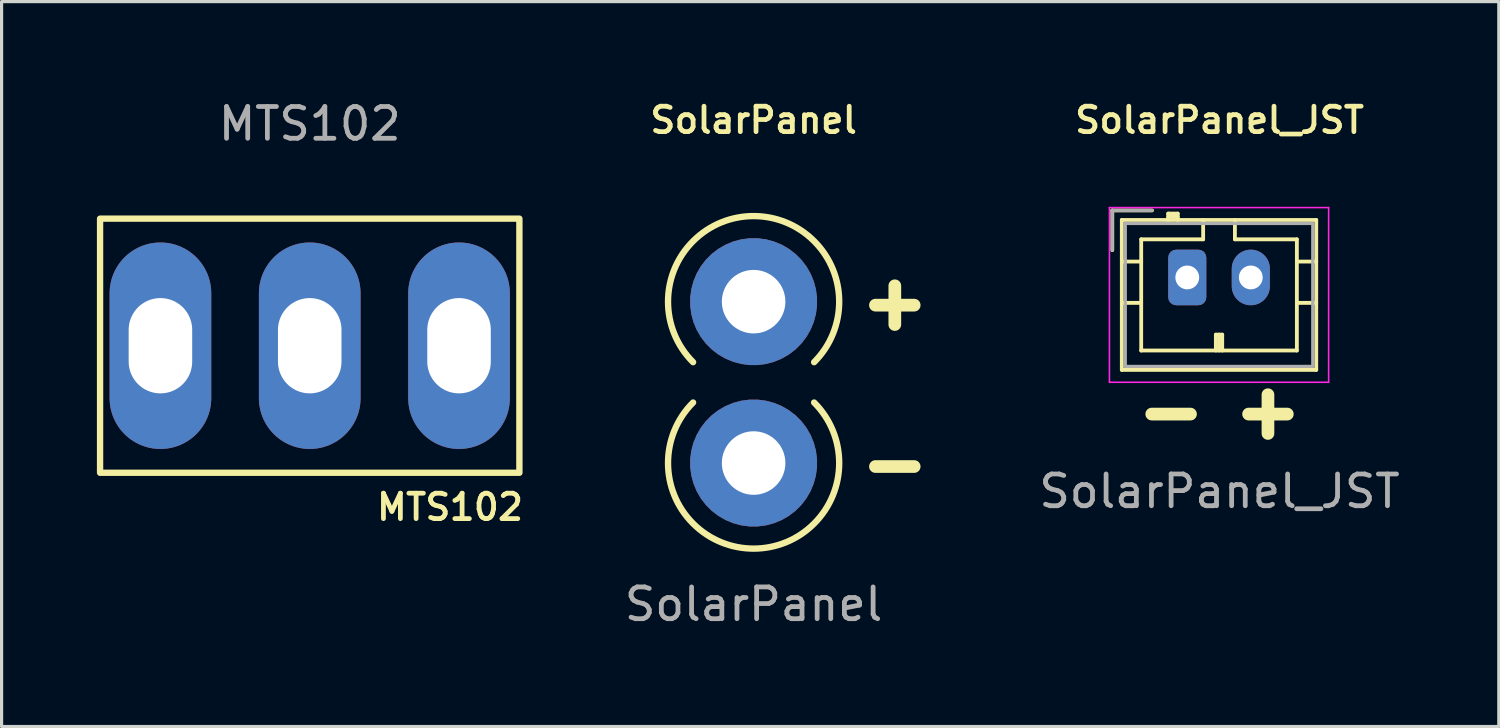
<source format=kicad_pcb>
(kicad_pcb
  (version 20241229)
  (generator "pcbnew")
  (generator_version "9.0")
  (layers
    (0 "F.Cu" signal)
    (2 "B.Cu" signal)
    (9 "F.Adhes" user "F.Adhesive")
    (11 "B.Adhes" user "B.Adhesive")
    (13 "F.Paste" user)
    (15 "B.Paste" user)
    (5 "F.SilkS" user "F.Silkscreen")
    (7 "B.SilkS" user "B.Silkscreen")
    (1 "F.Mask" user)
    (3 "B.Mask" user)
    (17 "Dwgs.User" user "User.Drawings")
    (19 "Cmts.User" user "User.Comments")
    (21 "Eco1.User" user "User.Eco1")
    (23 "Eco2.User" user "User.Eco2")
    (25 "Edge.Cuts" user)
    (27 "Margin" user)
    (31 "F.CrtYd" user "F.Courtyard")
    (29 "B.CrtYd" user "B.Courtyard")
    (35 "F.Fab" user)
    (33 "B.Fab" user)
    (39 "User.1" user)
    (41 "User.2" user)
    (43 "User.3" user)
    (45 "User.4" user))
  (footprint "SolarPanel_JST"
    (layer "F.Cu")
    (at 35.34 6.319)
    (property "Reference" "SolarPanel_JST" (at 0 -5.588 0) (unlocked yes) (layer "F.SilkS") (effects (font (size 0.8 0.8) (thickness 0.15))))
    (attr through_hole)
    (fp_line (start -3.376 -2.745) (end -3.376 -1.495) (stroke (width 0.12) (type solid)) (layer "F.SilkS"))
    (fp_line (start -3.076 -2.445) (end -3.076 2.275) (stroke (width 0.12) (type solid)) (layer "F.SilkS"))
    (fp_line (start -3.076 -1.135) (end -2.466 -1.135) (stroke (width 0.12) (type solid)) (layer "F.SilkS"))
    (fp_line (start -3.076 0.165) (end -2.466 0.165) (stroke (width 0.12) (type solid)) (layer "F.SilkS"))
    (fp_line (start -3.076 2.275) (end 3.044 2.275) (stroke (width 0.12) (type solid)) (layer "F.SilkS"))
    (fp_line (start -2.466 -1.835) (end -2.466 1.665) (stroke (width 0.12) (type solid)) (layer "F.SilkS"))
    (fp_line (start -2.466 1.665) (end 2.434 1.665) (stroke (width 0.12) (type solid)) (layer "F.SilkS"))
    (fp_line (start -2.126 -2.745) (end -3.376 -2.745) (stroke (width 0.12) (type solid)) (layer "F.SilkS"))
    (fp_line (start -1.616 -2.645) (end -1.616 -2.445) (stroke (width 0.12) (type solid)) (layer "F.SilkS"))
    (fp_line (start -1.316 -2.645) (end -1.616 -2.645) (stroke (width 0.12) (type solid)) (layer "F.SilkS"))
    (fp_line (start -1.316 -2.545) (end -1.616 -2.545) (stroke (width 0.12) (type solid)) (layer "F.SilkS"))
    (fp_line (start -1.316 -2.445) (end -1.316 -2.645) (stroke (width 0.12) (type solid)) (layer "F.SilkS"))
    (fp_line (start -0.516 -2.445) (end -0.516 -1.835) (stroke (width 0.12) (type solid)) (layer "F.SilkS"))
    (fp_line (start -0.516 -1.835) (end -2.466 -1.835) (stroke (width 0.12) (type solid)) (layer "F.SilkS"))
    (fp_line (start -0.116 1.165) (end 0.084 1.165) (stroke (width 0.12) (type solid)) (layer "F.SilkS"))
    (fp_line (start -0.116 1.665) (end -0.116 1.165) (stroke (width 0.12) (type solid)) (layer "F.SilkS"))
    (fp_line (start -0.016 1.665) (end -0.016 1.165) (stroke (width 0.12) (type solid)) (layer "F.SilkS"))
    (fp_line (start 0.084 1.165) (end 0.084 1.665) (stroke (width 0.12) (type solid)) (layer "F.SilkS"))
    (fp_line (start 0.484 -1.835) (end 0.484 -2.445) (stroke (width 0.12) (type solid)) (layer "F.SilkS"))
    (fp_line (start 2.434 -1.835) (end 0.484 -1.835) (stroke (width 0.12) (type solid)) (layer "F.SilkS"))
    (fp_line (start 2.434 1.665) (end 2.434 -1.835) (stroke (width 0.12) (type solid)) (layer "F.SilkS"))
    (fp_line (start 3.044 -2.445) (end -3.076 -2.445) (stroke (width 0.12) (type solid)) (layer "F.SilkS"))
    (fp_line (start 3.044 -1.135) (end 2.434 -1.135) (stroke (width 0.12) (type solid)) (layer "F.SilkS"))
    (fp_line (start 3.044 0.165) (end 2.434 0.165) (stroke (width 0.12) (type solid)) (layer "F.SilkS"))
    (fp_line (start 3.044 2.275) (end 3.044 -2.445) (stroke (width 0.12) (type solid)) (layer "F.SilkS"))
    (fp_line (start -3.466 -2.835) (end -3.466 2.665) (stroke (width 0.05) (type solid)) (layer "F.CrtYd"))
    (fp_line (start -3.466 2.665) (end 3.434 2.665) (stroke (width 0.05) (type solid)) (layer "F.CrtYd"))
    (fp_line (start 3.434 -2.835) (end -3.466 -2.835) (stroke (width 0.05) (type solid)) (layer "F.CrtYd"))
    (fp_line (start 3.434 2.665) (end 3.434 -2.835) (stroke (width 0.05) (type solid)) (layer "F.CrtYd"))
    (fp_line (start -3.376 -2.745) (end -3.376 -1.495) (stroke (width 0.1) (type solid)) (layer "F.Fab"))
    (fp_line (start -2.966 -2.335) (end -2.966 2.165) (stroke (width 0.1) (type solid)) (layer "F.Fab"))
    (fp_line (start -2.966 2.165) (end 2.934 2.165) (stroke (width 0.1) (type solid)) (layer "F.Fab"))
    (fp_line (start -2.126 -2.745) (end -3.376 -2.745) (stroke (width 0.1) (type solid)) (layer "F.Fab"))
    (fp_line (start 2.934 -2.335) (end -2.966 -2.335) (stroke (width 0.1) (type solid)) (layer "F.Fab"))
    (fp_line (start 2.934 2.165) (end 2.934 -2.335) (stroke (width 0.1) (type solid)) (layer "F.Fab"))
    (fp_text user "-" (at -1.524 3.556 0) (unlocked yes) (layer "F.SilkS") (effects (font (size 1.6 1.6) (thickness 0.4))))
    (fp_text user "+" (at 1.524 3.556 0) (unlocked yes) (layer "F.SilkS") (effects (font (size 1.6 1.6) (thickness 0.4))))
    (fp_text user "${REFERENCE}" (at 0 6.096 0) (unlocked yes) (layer "F.Fab") (effects (font (size 1 1) (thickness 0.15))))
    (pad "1" thru_hole roundrect (at -1.016 -0.635) (size 1.2 1.75) (drill 0.75) (layers "*.Cu" "*.Mask") (roundrect_rratio 0.208))
    (pad "2" thru_hole oval (at 0.984 -0.635) (size 1.2 1.75) (drill 0.75) (layers "*.Cu" "*.Mask")))
  (footprint "SolarPanel"
    (layer "F.Cu")
    (at 20.673 8.986)
    (property "Reference" "SolarPanel" (at 0 -8.255 0) (unlocked yes) (layer "F.SilkS") (effects (font (size 0.8 0.8) (thickness 0.15))))
    (attr through_hole)
    (fp_arc (start -1.904999 -0.635001) (mid 0 -5.234075) (end 1.904999 -0.635001) (stroke (width 0.2) (type solid)) (layer "F.SilkS"))
    (fp_arc (start 1.904998 0.635) (mid -0.000001 5.234074) (end -1.905 0.635) (stroke (width 0.2) (type solid)) (layer "F.SilkS"))
    (fp_text user "-" (at 4.445 2.54 0) (unlocked yes) (layer "F.SilkS") (effects (font (size 1.6 1.6) (thickness 0.4))))
    (fp_text user "+" (at 4.445 -2.54 0) (unlocked yes) (layer "F.SilkS") (effects (font (size 1.6 1.6) (thickness 0.4))))
    (fp_text user "${REFERENCE}" (at 0 6.985 0) (unlocked yes) (layer "F.Fab") (effects (font (size 1 1) (thickness 0.15))))
    (pad "1" thru_hole custom (at 0 -2.54) (size 4 4) (drill 2) (layers "*.Cu" "*.Mask") (options (anchor circle)) (primitives))
    (pad "2" thru_hole custom (at 0 2.54) (size 4 4) (drill 2) (layers "*.Cu" "*.Mask") (options (anchor circle)) (primitives)))
  (footprint "MTS102"
    (layer "F.Cu")
    (at 6.7 7.833)
    (property "Reference" "MTS102" (at 6.8 5.08 0) (unlocked yes) (layer "F.SilkS") (effects (font (size 0.8 0.8) (thickness 0.15)) (justify right)))
    (attr through_hole)
    (fp_rect (start -6.6 -4) (end 6.6 4) (stroke (width 0.2) (type solid)) (fill no) (layer "F.SilkS"))
    (fp_text user "${REFERENCE}" (at 0 -6.985 0) (unlocked yes) (layer "F.Fab") (effects (font (size 1 1) (thickness 0.15))))
    (pad "1" thru_hole oval (at -4.7 0) (size 3.2 6.5) (drill oval 2 3) (layers "*.Cu" "*.Mask"))
    (pad "2" thru_hole oval (at 0 0) (size 3.2 6.5) (drill oval 2 3) (layers "*.Cu" "*.Mask"))
    (pad "3" thru_hole oval (at 4.7 0) (size 3.2 6.5) (drill oval 2 3) (layers "*.Cu" "*.Mask")))
  (gr_rect
    (start -3 -3)
    (end 44.131 19.82)
    (stroke (width 0.1) (type default))
    (fill no)
    (layer "Edge.Cuts")))
</source>
